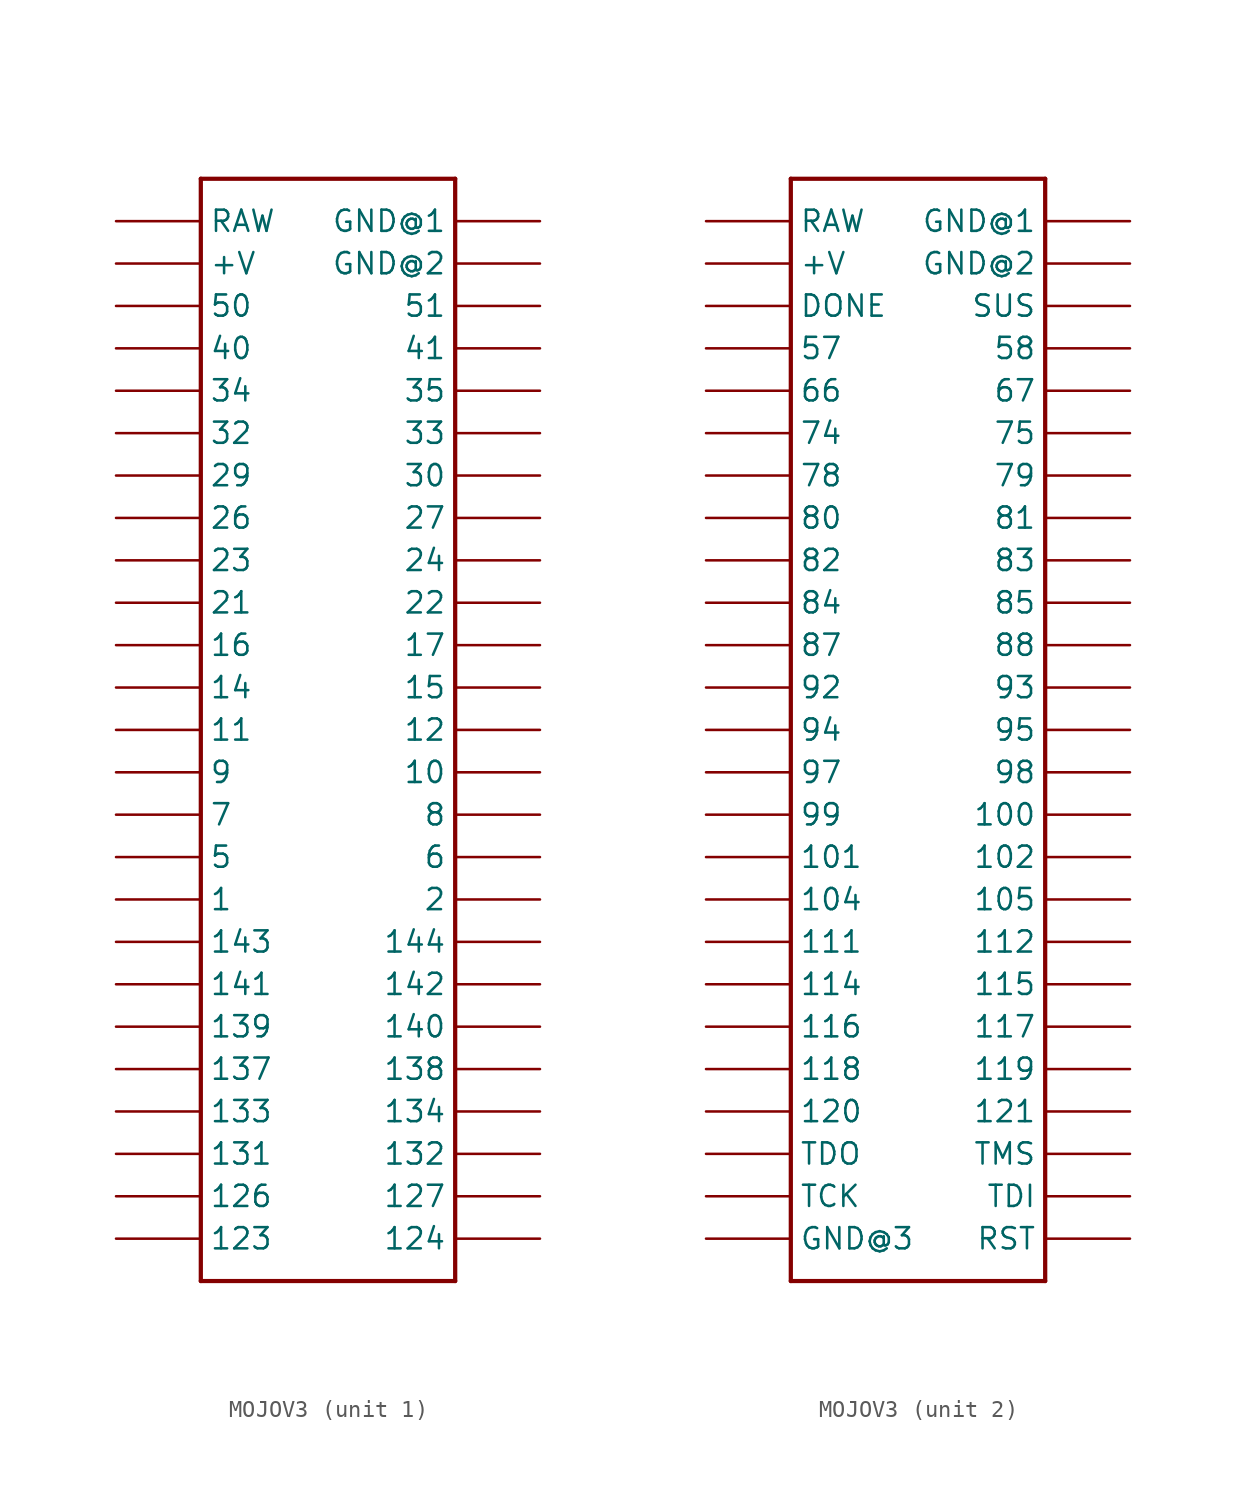
<source format=kicad_sym>
(kicad_symbol_lib
  (version 20231120)
  (generator "kicad_symbol_editor")
  (generator_version "8.0")
  (symbol "MOJOV3"
    (property "Reference" ""
      (at 0 0 0)
      (effects (font (size 1.27 1.27)) (hide yes)))
    (property "ki_locked" ""
      (at 0 0 0)
      (effects (font (size 1.27 1.27))))
    (symbol "MOJOV3_1_0"
      (polyline (pts (xy -7.62 -33.02) (xy -7.62 33.02)) (stroke (width 0.254) (type solid)) (fill (type none)))
      (polyline (pts (xy -7.62 33.02) (xy 7.62 33.02)) (stroke (width 0.254) (type solid)) (fill (type none)))
      (polyline (pts (xy 7.62 -33.02) (xy -7.62 -33.02)) (stroke (width 0.254) (type solid)) (fill (type none)))
      (polyline (pts (xy 7.62 33.02) (xy 7.62 -33.02)) (stroke (width 0.254) (type solid)) (fill (type none)))
      (pin bidirectional line (at -12.7 -10.16 0) (length 5.08) (name "1" (effects (font (size 1.27 1.27)))) (number "1" (effects (font (size 0 0)))))
      (pin bidirectional line (at 12.7 -2.54 180) (length 5.08) (name "10" (effects (font (size 1.27 1.27)))) (number "10" (effects (font (size 0 0)))))
      (pin bidirectional line (at -12.7 0 0) (length 5.08) (name "11" (effects (font (size 1.27 1.27)))) (number "11" (effects (font (size 0 0)))))
      (pin bidirectional line (at 12.7 0 180) (length 5.08) (name "12" (effects (font (size 1.27 1.27)))) (number "12" (effects (font (size 0 0)))))
      (pin bidirectional line (at -12.7 -30.48 0) (length 5.08) (name "123" (effects (font (size 1.27 1.27)))) (number "123" (effects (font (size 0 0)))))
      (pin bidirectional line (at 12.7 -30.48 180) (length 5.08) (name "124" (effects (font (size 1.27 1.27)))) (number "124" (effects (font (size 0 0)))))
      (pin bidirectional line (at -12.7 -27.94 0) (length 5.08) (name "126" (effects (font (size 1.27 1.27)))) (number "126" (effects (font (size 0 0)))))
      (pin bidirectional line (at 12.7 -27.94 180) (length 5.08) (name "127" (effects (font (size 1.27 1.27)))) (number "127" (effects (font (size 0 0)))))
      (pin bidirectional line (at -12.7 -25.4 0) (length 5.08) (name "131" (effects (font (size 1.27 1.27)))) (number "131" (effects (font (size 0 0)))))
      (pin bidirectional line (at 12.7 -25.4 180) (length 5.08) (name "132" (effects (font (size 1.27 1.27)))) (number "132" (effects (font (size 0 0)))))
      (pin bidirectional line (at -12.7 -22.86 0) (length 5.08) (name "133" (effects (font (size 1.27 1.27)))) (number "133" (effects (font (size 0 0)))))
      (pin bidirectional line (at 12.7 -22.86 180) (length 5.08) (name "134" (effects (font (size 1.27 1.27)))) (number "134" (effects (font (size 0 0)))))
      (pin bidirectional line (at -12.7 -20.32 0) (length 5.08) (name "137" (effects (font (size 1.27 1.27)))) (number "137" (effects (font (size 0 0)))))
      (pin bidirectional line (at 12.7 -20.32 180) (length 5.08) (name "138" (effects (font (size 1.27 1.27)))) (number "138" (effects (font (size 0 0)))))
      (pin bidirectional line (at -12.7 -17.78 0) (length 5.08) (name "139" (effects (font (size 1.27 1.27)))) (number "139" (effects (font (size 0 0)))))
      (pin bidirectional line (at -12.7 2.54 0) (length 5.08) (name "14" (effects (font (size 1.27 1.27)))) (number "14" (effects (font (size 0 0)))))
      (pin bidirectional line (at 12.7 -17.78 180) (length 5.08) (name "140" (effects (font (size 1.27 1.27)))) (number "140" (effects (font (size 0 0)))))
      (pin bidirectional line (at -12.7 -15.24 0) (length 5.08) (name "141" (effects (font (size 1.27 1.27)))) (number "141" (effects (font (size 0 0)))))
      (pin bidirectional line (at 12.7 -15.24 180) (length 5.08) (name "142" (effects (font (size 1.27 1.27)))) (number "142" (effects (font (size 0 0)))))
      (pin bidirectional line (at -12.7 -12.7 0) (length 5.08) (name "143" (effects (font (size 1.27 1.27)))) (number "143" (effects (font (size 0 0)))))
      (pin bidirectional line (at 12.7 -12.7 180) (length 5.08) (name "144" (effects (font (size 1.27 1.27)))) (number "144" (effects (font (size 0 0)))))
      (pin bidirectional line (at 12.7 2.54 180) (length 5.08) (name "15" (effects (font (size 1.27 1.27)))) (number "15" (effects (font (size 0 0)))))
      (pin bidirectional line (at -12.7 5.08 0) (length 5.08) (name "16" (effects (font (size 1.27 1.27)))) (number "16" (effects (font (size 0 0)))))
      (pin bidirectional line (at 12.7 5.08 180) (length 5.08) (name "17" (effects (font (size 1.27 1.27)))) (number "17" (effects (font (size 0 0)))))
      (pin bidirectional line (at 12.7 -10.16 180) (length 5.08) (name "2" (effects (font (size 1.27 1.27)))) (number "2" (effects (font (size 0 0)))))
      (pin bidirectional line (at -12.7 7.62 0) (length 5.08) (name "21" (effects (font (size 1.27 1.27)))) (number "21" (effects (font (size 0 0)))))
      (pin bidirectional line (at 12.7 7.62 180) (length 5.08) (name "22" (effects (font (size 1.27 1.27)))) (number "22" (effects (font (size 0 0)))))
      (pin bidirectional line (at -12.7 10.16 0) (length 5.08) (name "23" (effects (font (size 1.27 1.27)))) (number "23" (effects (font (size 0 0)))))
      (pin bidirectional line (at 12.7 10.16 180) (length 5.08) (name "24" (effects (font (size 1.27 1.27)))) (number "24" (effects (font (size 0 0)))))
      (pin bidirectional line (at -12.7 12.7 0) (length 5.08) (name "26" (effects (font (size 1.27 1.27)))) (number "26" (effects (font (size 0 0)))))
      (pin bidirectional line (at 12.7 12.7 180) (length 5.08) (name "27" (effects (font (size 1.27 1.27)))) (number "27" (effects (font (size 0 0)))))
      (pin bidirectional line (at -12.7 15.24 0) (length 5.08) (name "29" (effects (font (size 1.27 1.27)))) (number "29" (effects (font (size 0 0)))))
      (pin bidirectional line (at 12.7 15.24 180) (length 5.08) (name "30" (effects (font (size 1.27 1.27)))) (number "30" (effects (font (size 0 0)))))
      (pin bidirectional line (at -12.7 17.78 0) (length 5.08) (name "32" (effects (font (size 1.27 1.27)))) (number "32" (effects (font (size 0 0)))))
      (pin bidirectional line (at 12.7 17.78 180) (length 5.08) (name "33" (effects (font (size 1.27 1.27)))) (number "33" (effects (font (size 0 0)))))
      (pin bidirectional line (at -12.7 20.32 0) (length 5.08) (name "34" (effects (font (size 1.27 1.27)))) (number "34" (effects (font (size 0 0)))))
      (pin bidirectional line (at 12.7 20.32 180) (length 5.08) (name "35" (effects (font (size 1.27 1.27)))) (number "35" (effects (font (size 0 0)))))
      (pin bidirectional line (at -12.7 22.86 0) (length 5.08) (name "40" (effects (font (size 1.27 1.27)))) (number "40" (effects (font (size 0 0)))))
      (pin bidirectional line (at 12.7 22.86 180) (length 5.08) (name "41" (effects (font (size 1.27 1.27)))) (number "41" (effects (font (size 0 0)))))
      (pin bidirectional line (at -12.7 -7.62 0) (length 5.08) (name "5" (effects (font (size 1.27 1.27)))) (number "5" (effects (font (size 0 0)))))
      (pin bidirectional line (at -12.7 25.4 0) (length 5.08) (name "50" (effects (font (size 1.27 1.27)))) (number "50" (effects (font (size 0 0)))))
      (pin bidirectional line (at 12.7 25.4 180) (length 5.08) (name "51" (effects (font (size 1.27 1.27)))) (number "51" (effects (font (size 0 0)))))
      (pin bidirectional line (at 12.7 -7.62 180) (length 5.08) (name "6" (effects (font (size 1.27 1.27)))) (number "6" (effects (font (size 0 0)))))
      (pin bidirectional line (at -12.7 -5.08 0) (length 5.08) (name "7" (effects (font (size 1.27 1.27)))) (number "7" (effects (font (size 0 0)))))
      (pin bidirectional line (at 12.7 -5.08 180) (length 5.08) (name "8" (effects (font (size 1.27 1.27)))) (number "8" (effects (font (size 0 0)))))
      (pin bidirectional line (at -12.7 -2.54 0) (length 5.08) (name "9" (effects (font (size 1.27 1.27)))) (number "9" (effects (font (size 0 0)))))
      (pin power_in line (at 12.7 30.48 180) (length 5.08) (name "GND@1" (effects (font (size 1.27 1.27)))) (number "GND@1" (effects (font (size 0 0)))))
      (pin power_in line (at 12.7 27.94 180) (length 5.08) (name "GND@2" (effects (font (size 1.27 1.27)))) (number "GND@2" (effects (font (size 0 0)))))
      (pin power_in line (at -12.7 30.48 0) (length 5.08) (name "RAW" (effects (font (size 1.27 1.27)))) (number "RAW@1" (effects (font (size 0 0)))))
      (pin power_in line (at -12.7 27.94 0) (length 5.08) (name "+V" (effects (font (size 1.27 1.27)))) (number "V@1" (effects (font (size 0 0))))))
    (symbol "MOJOV3_2_0"
      (polyline (pts (xy -7.62 -33.02) (xy -7.62 33.02)) (stroke (width 0.254) (type solid)) (fill (type none)))
      (polyline (pts (xy -7.62 33.02) (xy 7.62 33.02)) (stroke (width 0.254) (type solid)) (fill (type none)))
      (polyline (pts (xy 7.62 -33.02) (xy -7.62 -33.02)) (stroke (width 0.254) (type solid)) (fill (type none)))
      (polyline (pts (xy 7.62 33.02) (xy 7.62 -33.02)) (stroke (width 0.254) (type solid)) (fill (type none)))
      (pin bidirectional line (at 12.7 -5.08 180) (length 5.08) (name "100" (effects (font (size 1.27 1.27)))) (number "100" (effects (font (size 0 0)))))
      (pin bidirectional line (at -12.7 -7.62 0) (length 5.08) (name "101" (effects (font (size 1.27 1.27)))) (number "101" (effects (font (size 0 0)))))
      (pin bidirectional line (at 12.7 -7.62 180) (length 5.08) (name "102" (effects (font (size 1.27 1.27)))) (number "102" (effects (font (size 0 0)))))
      (pin bidirectional line (at -12.7 -10.16 0) (length 5.08) (name "104" (effects (font (size 1.27 1.27)))) (number "104" (effects (font (size 0 0)))))
      (pin bidirectional line (at 12.7 -10.16 180) (length 5.08) (name "105" (effects (font (size 1.27 1.27)))) (number "105" (effects (font (size 0 0)))))
      (pin bidirectional line (at -12.7 -12.7 0) (length 5.08) (name "111" (effects (font (size 1.27 1.27)))) (number "111" (effects (font (size 0 0)))))
      (pin bidirectional line (at 12.7 -12.7 180) (length 5.08) (name "112" (effects (font (size 1.27 1.27)))) (number "112" (effects (font (size 0 0)))))
      (pin bidirectional line (at -12.7 -15.24 0) (length 5.08) (name "114" (effects (font (size 1.27 1.27)))) (number "114" (effects (font (size 0 0)))))
      (pin bidirectional line (at 12.7 -15.24 180) (length 5.08) (name "115" (effects (font (size 1.27 1.27)))) (number "115" (effects (font (size 0 0)))))
      (pin bidirectional line (at -12.7 -17.78 0) (length 5.08) (name "116" (effects (font (size 1.27 1.27)))) (number "116" (effects (font (size 0 0)))))
      (pin bidirectional line (at 12.7 -17.78 180) (length 5.08) (name "117" (effects (font (size 1.27 1.27)))) (number "117" (effects (font (size 0 0)))))
      (pin bidirectional line (at -12.7 -20.32 0) (length 5.08) (name "118" (effects (font (size 1.27 1.27)))) (number "118" (effects (font (size 0 0)))))
      (pin bidirectional line (at 12.7 -20.32 180) (length 5.08) (name "119" (effects (font (size 1.27 1.27)))) (number "119" (effects (font (size 0 0)))))
      (pin bidirectional line (at -12.7 -22.86 0) (length 5.08) (name "120" (effects (font (size 1.27 1.27)))) (number "120" (effects (font (size 0 0)))))
      (pin bidirectional line (at 12.7 -22.86 180) (length 5.08) (name "121" (effects (font (size 1.27 1.27)))) (number "121" (effects (font (size 0 0)))))
      (pin bidirectional line (at -12.7 22.86 0) (length 5.08) (name "57" (effects (font (size 1.27 1.27)))) (number "57" (effects (font (size 0 0)))))
      (pin bidirectional line (at 12.7 22.86 180) (length 5.08) (name "58" (effects (font (size 1.27 1.27)))) (number "58" (effects (font (size 0 0)))))
      (pin bidirectional line (at -12.7 20.32 0) (length 5.08) (name "66" (effects (font (size 1.27 1.27)))) (number "66" (effects (font (size 0 0)))))
      (pin bidirectional line (at 12.7 20.32 180) (length 5.08) (name "67" (effects (font (size 1.27 1.27)))) (number "67" (effects (font (size 0 0)))))
      (pin bidirectional line (at -12.7 17.78 0) (length 5.08) (name "74" (effects (font (size 1.27 1.27)))) (number "74" (effects (font (size 0 0)))))
      (pin bidirectional line (at 12.7 17.78 180) (length 5.08) (name "75" (effects (font (size 1.27 1.27)))) (number "75" (effects (font (size 0 0)))))
      (pin bidirectional line (at -12.7 15.24 0) (length 5.08) (name "78" (effects (font (size 1.27 1.27)))) (number "78" (effects (font (size 0 0)))))
      (pin bidirectional line (at 12.7 15.24 180) (length 5.08) (name "79" (effects (font (size 1.27 1.27)))) (number "79" (effects (font (size 0 0)))))
      (pin bidirectional line (at -12.7 12.7 0) (length 5.08) (name "80" (effects (font (size 1.27 1.27)))) (number "80" (effects (font (size 0 0)))))
      (pin bidirectional line (at 12.7 12.7 180) (length 5.08) (name "81" (effects (font (size 1.27 1.27)))) (number "81" (effects (font (size 0 0)))))
      (pin bidirectional line (at -12.7 10.16 0) (length 5.08) (name "82" (effects (font (size 1.27 1.27)))) (number "82" (effects (font (size 0 0)))))
      (pin bidirectional line (at 12.7 10.16 180) (length 5.08) (name "83" (effects (font (size 1.27 1.27)))) (number "83" (effects (font (size 0 0)))))
      (pin bidirectional line (at -12.7 7.62 0) (length 5.08) (name "84" (effects (font (size 1.27 1.27)))) (number "84" (effects (font (size 0 0)))))
      (pin bidirectional line (at 12.7 7.62 180) (length 5.08) (name "85" (effects (font (size 1.27 1.27)))) (number "85" (effects (font (size 0 0)))))
      (pin bidirectional line (at -12.7 5.08 0) (length 5.08) (name "87" (effects (font (size 1.27 1.27)))) (number "87" (effects (font (size 0 0)))))
      (pin bidirectional line (at 12.7 5.08 180) (length 5.08) (name "88" (effects (font (size 1.27 1.27)))) (number "88" (effects (font (size 0 0)))))
      (pin bidirectional line (at -12.7 2.54 0) (length 5.08) (name "92" (effects (font (size 1.27 1.27)))) (number "92" (effects (font (size 0 0)))))
      (pin bidirectional line (at 12.7 2.54 180) (length 5.08) (name "93" (effects (font (size 1.27 1.27)))) (number "93" (effects (font (size 0 0)))))
      (pin bidirectional line (at -12.7 0 0) (length 5.08) (name "94" (effects (font (size 1.27 1.27)))) (number "94" (effects (font (size 0 0)))))
      (pin bidirectional line (at 12.7 0 180) (length 5.08) (name "95" (effects (font (size 1.27 1.27)))) (number "95" (effects (font (size 0 0)))))
      (pin bidirectional line (at -12.7 -2.54 0) (length 5.08) (name "97" (effects (font (size 1.27 1.27)))) (number "97" (effects (font (size 0 0)))))
      (pin bidirectional line (at 12.7 -2.54 180) (length 5.08) (name "98" (effects (font (size 1.27 1.27)))) (number "98" (effects (font (size 0 0)))))
      (pin bidirectional line (at -12.7 -5.08 0) (length 5.08) (name "99" (effects (font (size 1.27 1.27)))) (number "99" (effects (font (size 0 0)))))
      (pin bidirectional line (at -12.7 25.4 0) (length 5.08) (name "DONE" (effects (font (size 1.27 1.27)))) (number "DONE" (effects (font (size 0 0)))))
      (pin power_in line (at 12.7 30.48 180) (length 5.08) (name "GND@1" (effects (font (size 1.27 1.27)))) (number "GND@3" (effects (font (size 0 0)))))
      (pin power_in line (at 12.7 27.94 180) (length 5.08) (name "GND@2" (effects (font (size 1.27 1.27)))) (number "GND@4" (effects (font (size 0 0)))))
      (pin power_in line (at -12.7 -30.48 0) (length 5.08) (name "GND@3" (effects (font (size 1.27 1.27)))) (number "GND@6" (effects (font (size 0 0)))))
      (pin power_in line (at -12.7 30.48 0) (length 5.08) (name "RAW" (effects (font (size 1.27 1.27)))) (number "RAW@2" (effects (font (size 0 0)))))
      (pin input line (at 12.7 -30.48 180) (length 5.08) (name "RST" (effects (font (size 1.27 1.27)))) (number "RST" (effects (font (size 0 0)))))
      (pin input line (at 12.7 25.4 180) (length 5.08) (name "SUS" (effects (font (size 1.27 1.27)))) (number "SUS" (effects (font (size 0 0)))))
      (pin input line (at -12.7 -27.94 0) (length 5.08) (name "TCK" (effects (font (size 1.27 1.27)))) (number "TCK" (effects (font (size 0 0)))))
      (pin input line (at 12.7 -27.94 180) (length 5.08) (name "TDI" (effects (font (size 1.27 1.27)))) (number "TDI" (effects (font (size 0 0)))))
      (pin output line (at -12.7 -25.4 0) (length 5.08) (name "TDO" (effects (font (size 1.27 1.27)))) (number "TDO" (effects (font (size 0 0)))))
      (pin input line (at 12.7 -25.4 180) (length 5.08) (name "TMS" (effects (font (size 1.27 1.27)))) (number "TMS" (effects (font (size 0 0)))))
      (pin power_in line (at -12.7 27.94 0) (length 5.08) (name "+V" (effects (font (size 1.27 1.27)))) (number "V@2" (effects (font (size 0 0))))))))
</source>
